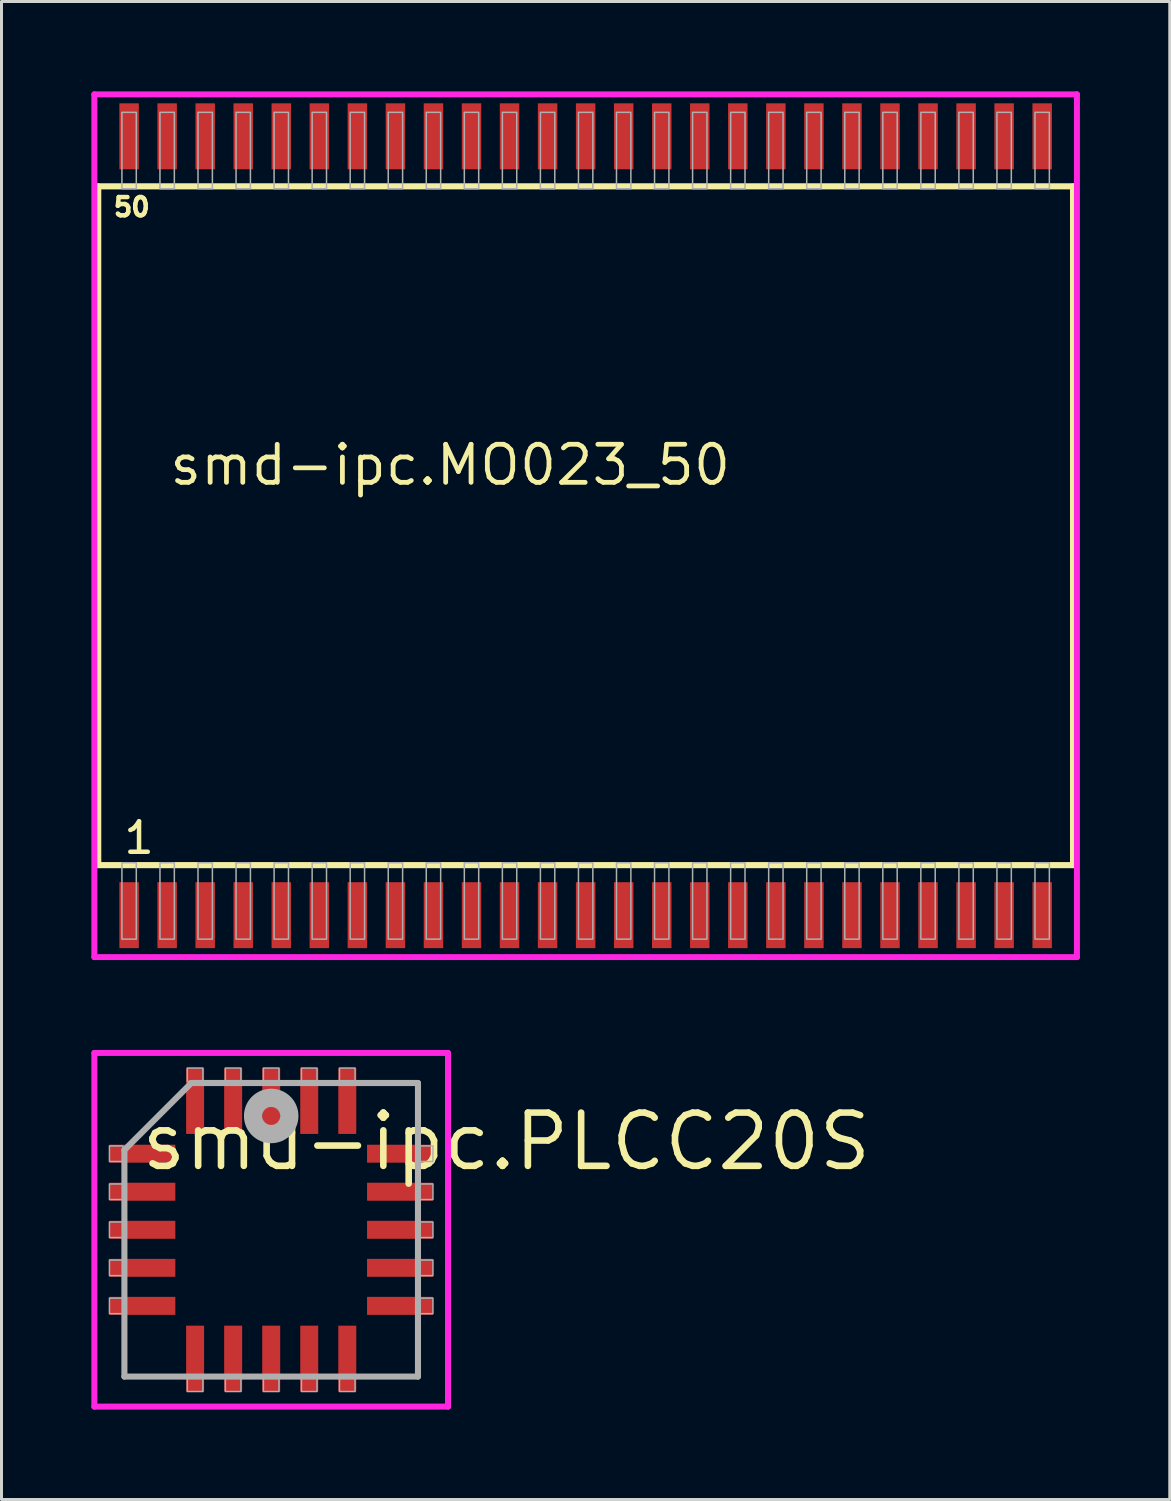
<source format=kicad_pcb>
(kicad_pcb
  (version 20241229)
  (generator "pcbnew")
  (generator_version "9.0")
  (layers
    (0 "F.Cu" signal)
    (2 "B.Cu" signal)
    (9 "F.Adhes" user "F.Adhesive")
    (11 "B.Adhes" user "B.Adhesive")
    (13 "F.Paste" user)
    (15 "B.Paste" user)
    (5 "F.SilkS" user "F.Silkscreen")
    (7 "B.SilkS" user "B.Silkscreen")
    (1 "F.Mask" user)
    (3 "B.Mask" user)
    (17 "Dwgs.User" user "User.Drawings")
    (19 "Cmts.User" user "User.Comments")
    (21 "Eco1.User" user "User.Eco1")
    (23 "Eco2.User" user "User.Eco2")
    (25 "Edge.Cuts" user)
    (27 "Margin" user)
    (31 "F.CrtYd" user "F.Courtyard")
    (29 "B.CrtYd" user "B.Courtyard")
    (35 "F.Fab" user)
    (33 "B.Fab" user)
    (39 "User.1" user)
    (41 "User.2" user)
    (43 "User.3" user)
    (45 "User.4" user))
  (footprint "smd-ipc.PLCC20S"
    (layer "F.Cu")
    (at 6.003 38.003)
    (property "Reference" "smd-ipc.PLCC20S" (at -4.445 -1.905 0) (layer "F.SilkS") (effects (font (size 1.778 1.778) (thickness 0.22)) (justify left bottom)))
    (attr smd)
    (fp_line (start -5.903 -5.903) (end 5.903 -5.903) (stroke (width 0.2) (type default)) (layer "F.CrtYd"))
    (fp_line (start -5.903 5.903) (end -5.903 -5.903) (stroke (width 0.2) (type default)) (layer "F.CrtYd"))
    (fp_line (start 5.903 -5.903) (end 5.903 5.903) (stroke (width 0.2) (type default)) (layer "F.CrtYd"))
    (fp_line (start 5.903 5.903) (end -5.903 5.903) (stroke (width 0.2) (type default)) (layer "F.CrtYd"))
    (fp_line (start -4.9 -2.665) (end -4.9 4.9) (stroke (width 0.203) (type default)) (layer "F.Fab"))
    (fp_line (start -4.9 4.9) (end 4.9 4.9) (stroke (width 0.203) (type default)) (layer "F.Fab"))
    (fp_line (start -2.665 -4.9) (end -4.9 -2.665) (stroke (width 0.203) (type default)) (layer "F.Fab"))
    (fp_line (start 4.9 -4.9) (end -2.665 -4.9) (stroke (width 0.203) (type default)) (layer "F.Fab"))
    (fp_line (start 4.9 4.9) (end 4.9 -4.9) (stroke (width 0.203) (type default)) (layer "F.Fab"))
    (fp_rect (start -5.4 -2.28) (end -4.95 -2.8) (stroke (width 0.05) (type default)) (fill no) (layer "F.Fab"))
    (fp_rect (start -5.4 -1.01) (end -4.95 -1.53) (stroke (width 0.05) (type default)) (fill no) (layer "F.Fab"))
    (fp_rect (start -5.4 0.26) (end -4.95 -0.26) (stroke (width 0.05) (type default)) (fill no) (layer "F.Fab"))
    (fp_rect (start -5.4 1.53) (end -4.95 1.01) (stroke (width 0.05) (type default)) (fill no) (layer "F.Fab"))
    (fp_rect (start -5.4 2.8) (end -4.95 2.28) (stroke (width 0.05) (type default)) (fill no) (layer "F.Fab"))
    (fp_rect (start -2.8 -4.95) (end -2.28 -5.4) (stroke (width 0.05) (type default)) (fill no) (layer "F.Fab"))
    (fp_rect (start -2.8 5.4) (end -2.28 4.95) (stroke (width 0.05) (type default)) (fill no) (layer "F.Fab"))
    (fp_rect (start -1.53 -4.95) (end -1.01 -5.4) (stroke (width 0.05) (type default)) (fill no) (layer "F.Fab"))
    (fp_rect (start -1.53 5.4) (end -1.01 4.95) (stroke (width 0.05) (type default)) (fill no) (layer "F.Fab"))
    (fp_rect (start -0.26 -4.95) (end 0.26 -5.4) (stroke (width 0.05) (type default)) (fill no) (layer "F.Fab"))
    (fp_rect (start -0.26 5.4) (end 0.26 4.95) (stroke (width 0.05) (type default)) (fill no) (layer "F.Fab"))
    (fp_rect (start 1.01 -4.95) (end 1.53 -5.4) (stroke (width 0.05) (type default)) (fill no) (layer "F.Fab"))
    (fp_rect (start 1.01 5.4) (end 1.53 4.95) (stroke (width 0.05) (type default)) (fill no) (layer "F.Fab"))
    (fp_rect (start 2.28 -4.95) (end 2.8 -5.4) (stroke (width 0.05) (type default)) (fill no) (layer "F.Fab"))
    (fp_rect (start 2.28 5.4) (end 2.8 4.95) (stroke (width 0.05) (type default)) (fill no) (layer "F.Fab"))
    (fp_rect (start 4.95 -2.28) (end 5.4 -2.8) (stroke (width 0.05) (type default)) (fill no) (layer "F.Fab"))
    (fp_rect (start 4.95 -1.01) (end 5.4 -1.53) (stroke (width 0.05) (type default)) (fill no) (layer "F.Fab"))
    (fp_rect (start 4.95 0.26) (end 5.4 -0.26) (stroke (width 0.05) (type default)) (fill no) (layer "F.Fab"))
    (fp_rect (start 4.95 1.53) (end 5.4 1.01) (stroke (width 0.05) (type default)) (fill no) (layer "F.Fab"))
    (fp_rect (start 4.95 2.8) (end 5.4 2.28) (stroke (width 0.05) (type default)) (fill no) (layer "F.Fab"))
    (fp_circle (center 0 -3.8) (end 0.3 -3.8) (stroke (width 0.61) (type default)) (fill no) (layer "F.Fab"))
    (pad "1" smd roundrect (at 0 -4.3) (size 0.6 2.2) (layers "F.Cu" "F.Mask" "F.Paste") (roundrect_rratio 0.01))
    (pad "2" smd roundrect (at -1.27 -4.3) (size 0.6 2.2) (layers "F.Cu" "F.Mask" "F.Paste") (roundrect_rratio 0.01))
    (pad "3" smd roundrect (at -2.54 -4.3) (size 0.6 2.2) (layers "F.Cu" "F.Mask" "F.Paste") (roundrect_rratio 0.01))
    (pad "4" smd roundrect (at -4.3 -2.54) (size 2.2 0.6) (layers "F.Cu" "F.Mask" "F.Paste") (roundrect_rratio 0.01))
    (pad "5" smd roundrect (at -4.3 -1.27) (size 2.2 0.6) (layers "F.Cu" "F.Mask" "F.Paste") (roundrect_rratio 0.01))
    (pad "6" smd roundrect (at -4.3 0) (size 2.2 0.6) (layers "F.Cu" "F.Mask" "F.Paste") (roundrect_rratio 0.01))
    (pad "7" smd roundrect (at -4.3 1.27) (size 2.2 0.6) (layers "F.Cu" "F.Mask" "F.Paste") (roundrect_rratio 0.01))
    (pad "8" smd roundrect (at -4.3 2.54) (size 2.2 0.6) (layers "F.Cu" "F.Mask" "F.Paste") (roundrect_rratio 0.01))
    (pad "9" smd roundrect (at -2.54 4.3) (size 0.6 2.2) (layers "F.Cu" "F.Mask" "F.Paste") (roundrect_rratio 0.01))
    (pad "10" smd roundrect (at -1.27 4.3) (size 0.6 2.2) (layers "F.Cu" "F.Mask" "F.Paste") (roundrect_rratio 0.01))
    (pad "11" smd roundrect (at 0 4.3) (size 0.6 2.2) (layers "F.Cu" "F.Mask" "F.Paste") (roundrect_rratio 0.01))
    (pad "12" smd roundrect (at 1.27 4.3) (size 0.6 2.2) (layers "F.Cu" "F.Mask" "F.Paste") (roundrect_rratio 0.01))
    (pad "13" smd roundrect (at 2.54 4.3) (size 0.6 2.2) (layers "F.Cu" "F.Mask" "F.Paste") (roundrect_rratio 0.01))
    (pad "14" smd roundrect (at 4.3 2.54) (size 2.2 0.6) (layers "F.Cu" "F.Mask" "F.Paste") (roundrect_rratio 0.01))
    (pad "15" smd roundrect (at 4.3 1.27) (size 2.2 0.6) (layers "F.Cu" "F.Mask" "F.Paste") (roundrect_rratio 0.01))
    (pad "16" smd roundrect (at 4.3 0) (size 2.2 0.6) (layers "F.Cu" "F.Mask" "F.Paste") (roundrect_rratio 0.01))
    (pad "17" smd roundrect (at 4.3 -1.27) (size 2.2 0.6) (layers "F.Cu" "F.Mask" "F.Paste") (roundrect_rratio 0.01))
    (pad "18" smd roundrect (at 4.3 -2.54) (size 2.2 0.6) (layers "F.Cu" "F.Mask" "F.Paste") (roundrect_rratio 0.01))
    (pad "19" smd roundrect (at 2.54 -4.3) (size 0.6 2.2) (layers "F.Cu" "F.Mask" "F.Paste") (roundrect_rratio 0.01))
    (pad "20" smd roundrect (at 1.27 -4.3) (size 0.6 2.2) (layers "F.Cu" "F.Mask" "F.Paste") (roundrect_rratio 0.01)))
  (footprint "smd-ipc.MO023_50"
    (layer "F.Cu")
    (at 16.5 14.5)
    (property "Reference" "smd-ipc.MO023_50" (at -13.97 -1.285 0) (layer "F.SilkS") (effects (font (size 1.27 1.27) (thickness 0.16)) (justify left bottom)))
    (attr smd)
    (fp_line (start -16.27 -11.33) (end 16.27 -11.33) (stroke (width 0.203) (type default)) (layer "F.SilkS"))
    (fp_line (start -16.27 11.33) (end -16.27 -11.33) (stroke (width 0.203) (type default)) (layer "F.SilkS"))
    (fp_line (start 16.27 -11.33) (end 16.27 11.33) (stroke (width 0.203) (type default)) (layer "F.SilkS"))
    (fp_line (start 16.27 11.33) (end -16.27 11.33) (stroke (width 0.203) (type default)) (layer "F.SilkS"))
    (fp_line (start -16.4 -14.4) (end 16.4 -14.4) (stroke (width 0.2) (type default)) (layer "F.CrtYd"))
    (fp_line (start -16.4 14.4) (end -16.4 -14.4) (stroke (width 0.2) (type default)) (layer "F.CrtYd"))
    (fp_line (start 16.4 -14.4) (end 16.4 14.4) (stroke (width 0.2) (type default)) (layer "F.CrtYd"))
    (fp_line (start 16.4 14.4) (end -16.4 14.4) (stroke (width 0.2) (type default)) (layer "F.CrtYd"))
    (fp_rect (start -15.48 -11.25) (end -15 -13.8) (stroke (width 0.05) (type default)) (fill no) (layer "F.Fab"))
    (fp_rect (start -15.48 13.8) (end -15 11.25) (stroke (width 0.05) (type default)) (fill no) (layer "F.Fab"))
    (fp_rect (start -14.21 -11.25) (end -13.73 -13.8) (stroke (width 0.05) (type default)) (fill no) (layer "F.Fab"))
    (fp_rect (start -14.21 13.8) (end -13.73 11.25) (stroke (width 0.05) (type default)) (fill no) (layer "F.Fab"))
    (fp_rect (start -12.94 -11.25) (end -12.46 -13.8) (stroke (width 0.05) (type default)) (fill no) (layer "F.Fab"))
    (fp_rect (start -12.94 13.8) (end -12.46 11.25) (stroke (width 0.05) (type default)) (fill no) (layer "F.Fab"))
    (fp_rect (start -11.67 -11.25) (end -11.19 -13.8) (stroke (width 0.05) (type default)) (fill no) (layer "F.Fab"))
    (fp_rect (start -11.67 13.8) (end -11.19 11.25) (stroke (width 0.05) (type default)) (fill no) (layer "F.Fab"))
    (fp_rect (start -10.4 -11.25) (end -9.92 -13.8) (stroke (width 0.05) (type default)) (fill no) (layer "F.Fab"))
    (fp_rect (start -10.4 13.8) (end -9.92 11.25) (stroke (width 0.05) (type default)) (fill no) (layer "F.Fab"))
    (fp_rect (start -9.13 -11.25) (end -8.65 -13.8) (stroke (width 0.05) (type default)) (fill no) (layer "F.Fab"))
    (fp_rect (start -9.13 13.8) (end -8.65 11.25) (stroke (width 0.05) (type default)) (fill no) (layer "F.Fab"))
    (fp_rect (start -7.86 -11.25) (end -7.38 -13.8) (stroke (width 0.05) (type default)) (fill no) (layer "F.Fab"))
    (fp_rect (start -7.86 13.8) (end -7.38 11.25) (stroke (width 0.05) (type default)) (fill no) (layer "F.Fab"))
    (fp_rect (start -6.59 -11.25) (end -6.11 -13.8) (stroke (width 0.05) (type default)) (fill no) (layer "F.Fab"))
    (fp_rect (start -6.59 13.8) (end -6.11 11.25) (stroke (width 0.05) (type default)) (fill no) (layer "F.Fab"))
    (fp_rect (start -5.32 -11.25) (end -4.84 -13.8) (stroke (width 0.05) (type default)) (fill no) (layer "F.Fab"))
    (fp_rect (start -5.32 13.8) (end -4.84 11.25) (stroke (width 0.05) (type default)) (fill no) (layer "F.Fab"))
    (fp_rect (start -4.05 -11.25) (end -3.57 -13.8) (stroke (width 0.05) (type default)) (fill no) (layer "F.Fab"))
    (fp_rect (start -4.05 13.8) (end -3.57 11.25) (stroke (width 0.05) (type default)) (fill no) (layer "F.Fab"))
    (fp_rect (start -2.78 -11.25) (end -2.3 -13.8) (stroke (width 0.05) (type default)) (fill no) (layer "F.Fab"))
    (fp_rect (start -2.78 13.8) (end -2.3 11.25) (stroke (width 0.05) (type default)) (fill no) (layer "F.Fab"))
    (fp_rect (start -1.51 -11.25) (end -1.03 -13.8) (stroke (width 0.05) (type default)) (fill no) (layer "F.Fab"))
    (fp_rect (start -1.51 13.8) (end -1.03 11.25) (stroke (width 0.05) (type default)) (fill no) (layer "F.Fab"))
    (fp_rect (start -0.24 -11.25) (end 0.24 -13.8) (stroke (width 0.05) (type default)) (fill no) (layer "F.Fab"))
    (fp_rect (start -0.24 13.8) (end 0.24 11.25) (stroke (width 0.05) (type default)) (fill no) (layer "F.Fab"))
    (fp_rect (start 1.03 -11.25) (end 1.51 -13.8) (stroke (width 0.05) (type default)) (fill no) (layer "F.Fab"))
    (fp_rect (start 1.03 13.8) (end 1.51 11.25) (stroke (width 0.05) (type default)) (fill no) (layer "F.Fab"))
    (fp_rect (start 2.3 -11.25) (end 2.78 -13.8) (stroke (width 0.05) (type default)) (fill no) (layer "F.Fab"))
    (fp_rect (start 2.3 13.8) (end 2.78 11.25) (stroke (width 0.05) (type default)) (fill no) (layer "F.Fab"))
    (fp_rect (start 3.57 -11.25) (end 4.05 -13.8) (stroke (width 0.05) (type default)) (fill no) (layer "F.Fab"))
    (fp_rect (start 3.57 13.8) (end 4.05 11.25) (stroke (width 0.05) (type default)) (fill no) (layer "F.Fab"))
    (fp_rect (start 4.84 -11.25) (end 5.32 -13.8) (stroke (width 0.05) (type default)) (fill no) (layer "F.Fab"))
    (fp_rect (start 4.84 13.8) (end 5.32 11.25) (stroke (width 0.05) (type default)) (fill no) (layer "F.Fab"))
    (fp_rect (start 6.11 -11.25) (end 6.59 -13.8) (stroke (width 0.05) (type default)) (fill no) (layer "F.Fab"))
    (fp_rect (start 6.11 13.8) (end 6.59 11.25) (stroke (width 0.05) (type default)) (fill no) (layer "F.Fab"))
    (fp_rect (start 7.38 -11.25) (end 7.86 -13.8) (stroke (width 0.05) (type default)) (fill no) (layer "F.Fab"))
    (fp_rect (start 7.38 13.8) (end 7.86 11.25) (stroke (width 0.05) (type default)) (fill no) (layer "F.Fab"))
    (fp_rect (start 8.65 -11.25) (end 9.13 -13.8) (stroke (width 0.05) (type default)) (fill no) (layer "F.Fab"))
    (fp_rect (start 8.65 13.8) (end 9.13 11.25) (stroke (width 0.05) (type default)) (fill no) (layer "F.Fab"))
    (fp_rect (start 9.92 -11.25) (end 10.4 -13.8) (stroke (width 0.05) (type default)) (fill no) (layer "F.Fab"))
    (fp_rect (start 9.92 13.8) (end 10.4 11.25) (stroke (width 0.05) (type default)) (fill no) (layer "F.Fab"))
    (fp_rect (start 11.19 -11.25) (end 11.67 -13.8) (stroke (width 0.05) (type default)) (fill no) (layer "F.Fab"))
    (fp_rect (start 11.19 13.8) (end 11.67 11.25) (stroke (width 0.05) (type default)) (fill no) (layer "F.Fab"))
    (fp_rect (start 12.46 -11.25) (end 12.94 -13.8) (stroke (width 0.05) (type default)) (fill no) (layer "F.Fab"))
    (fp_rect (start 12.46 13.8) (end 12.94 11.25) (stroke (width 0.05) (type default)) (fill no) (layer "F.Fab"))
    (fp_rect (start 13.73 -11.25) (end 14.21 -13.8) (stroke (width 0.05) (type default)) (fill no) (layer "F.Fab"))
    (fp_rect (start 13.73 13.8) (end 14.21 11.25) (stroke (width 0.05) (type default)) (fill no) (layer "F.Fab"))
    (fp_rect (start 15 -11.25) (end 15.48 -13.8) (stroke (width 0.05) (type default)) (fill no) (layer "F.Fab"))
    (fp_rect (start 15 13.8) (end 15.48 11.25) (stroke (width 0.05) (type default)) (fill no) (layer "F.Fab"))
    (fp_text user "1" (at -15.491 11.015 0) (layer "F.SilkS") (effects (font (size 1.016 1.016) (thickness 0.15)) (justify left bottom)))
    (fp_text user "50" (at -15.831 -10.28 0) (layer "F.SilkS") (effects (font (size 0.61 0.61) (thickness 0.15)) (justify left bottom)))
    (pad "1" smd roundrect (at -15.24 13) (size 0.65 2.2) (layers "F.Cu" "F.Mask" "F.Paste") (roundrect_rratio 0.01))
    (pad "2" smd roundrect (at -13.97 13) (size 0.65 2.2) (layers "F.Cu" "F.Mask" "F.Paste") (roundrect_rratio 0.01))
    (pad "3" smd roundrect (at -12.7 13) (size 0.65 2.2) (layers "F.Cu" "F.Mask" "F.Paste") (roundrect_rratio 0.01))
    (pad "4" smd roundrect (at -11.43 13) (size 0.65 2.2) (layers "F.Cu" "F.Mask" "F.Paste") (roundrect_rratio 0.01))
    (pad "5" smd roundrect (at -10.16 13) (size 0.65 2.2) (layers "F.Cu" "F.Mask" "F.Paste") (roundrect_rratio 0.01))
    (pad "6" smd roundrect (at -8.89 13) (size 0.65 2.2) (layers "F.Cu" "F.Mask" "F.Paste") (roundrect_rratio 0.01))
    (pad "7" smd roundrect (at -7.62 13) (size 0.65 2.2) (layers "F.Cu" "F.Mask" "F.Paste") (roundrect_rratio 0.01))
    (pad "8" smd roundrect (at -6.35 13) (size 0.65 2.2) (layers "F.Cu" "F.Mask" "F.Paste") (roundrect_rratio 0.01))
    (pad "9" smd roundrect (at -5.08 13) (size 0.65 2.2) (layers "F.Cu" "F.Mask" "F.Paste") (roundrect_rratio 0.01))
    (pad "10" smd roundrect (at -3.81 13) (size 0.65 2.2) (layers "F.Cu" "F.Mask" "F.Paste") (roundrect_rratio 0.01))
    (pad "11" smd roundrect (at -2.54 13) (size 0.65 2.2) (layers "F.Cu" "F.Mask" "F.Paste") (roundrect_rratio 0.01))
    (pad "12" smd roundrect (at -1.27 13) (size 0.65 2.2) (layers "F.Cu" "F.Mask" "F.Paste") (roundrect_rratio 0.01))
    (pad "13" smd roundrect (at 0 13) (size 0.65 2.2) (layers "F.Cu" "F.Mask" "F.Paste") (roundrect_rratio 0.01))
    (pad "14" smd roundrect (at 1.27 13) (size 0.65 2.2) (layers "F.Cu" "F.Mask" "F.Paste") (roundrect_rratio 0.01))
    (pad "15" smd roundrect (at 2.54 13) (size 0.65 2.2) (layers "F.Cu" "F.Mask" "F.Paste") (roundrect_rratio 0.01))
    (pad "16" smd roundrect (at 3.81 13) (size 0.65 2.2) (layers "F.Cu" "F.Mask" "F.Paste") (roundrect_rratio 0.01))
    (pad "17" smd roundrect (at 5.08 13) (size 0.65 2.2) (layers "F.Cu" "F.Mask" "F.Paste") (roundrect_rratio 0.01))
    (pad "18" smd roundrect (at 6.35 13) (size 0.65 2.2) (layers "F.Cu" "F.Mask" "F.Paste") (roundrect_rratio 0.01))
    (pad "19" smd roundrect (at 7.62 13) (size 0.65 2.2) (layers "F.Cu" "F.Mask" "F.Paste") (roundrect_rratio 0.01))
    (pad "20" smd roundrect (at 8.89 13) (size 0.65 2.2) (layers "F.Cu" "F.Mask" "F.Paste") (roundrect_rratio 0.01))
    (pad "21" smd roundrect (at 10.16 13) (size 0.65 2.2) (layers "F.Cu" "F.Mask" "F.Paste") (roundrect_rratio 0.01))
    (pad "22" smd roundrect (at 11.43 13) (size 0.65 2.2) (layers "F.Cu" "F.Mask" "F.Paste") (roundrect_rratio 0.01))
    (pad "23" smd roundrect (at 12.7 13) (size 0.65 2.2) (layers "F.Cu" "F.Mask" "F.Paste") (roundrect_rratio 0.01))
    (pad "24" smd roundrect (at 13.97 13) (size 0.65 2.2) (layers "F.Cu" "F.Mask" "F.Paste") (roundrect_rratio 0.01))
    (pad "25" smd roundrect (at 15.24 13) (size 0.65 2.2) (layers "F.Cu" "F.Mask" "F.Paste") (roundrect_rratio 0.01))
    (pad "26" smd roundrect (at 15.24 -13) (size 0.65 2.2) (layers "F.Cu" "F.Mask" "F.Paste") (roundrect_rratio 0.01))
    (pad "27" smd roundrect (at 13.97 -13) (size 0.65 2.2) (layers "F.Cu" "F.Mask" "F.Paste") (roundrect_rratio 0.01))
    (pad "28" smd roundrect (at 12.7 -13) (size 0.65 2.2) (layers "F.Cu" "F.Mask" "F.Paste") (roundrect_rratio 0.01))
    (pad "29" smd roundrect (at 11.43 -13) (size 0.65 2.2) (layers "F.Cu" "F.Mask" "F.Paste") (roundrect_rratio 0.01))
    (pad "30" smd roundrect (at 10.16 -13) (size 0.65 2.2) (layers "F.Cu" "F.Mask" "F.Paste") (roundrect_rratio 0.01))
    (pad "31" smd roundrect (at 8.89 -13) (size 0.65 2.2) (layers "F.Cu" "F.Mask" "F.Paste") (roundrect_rratio 0.01))
    (pad "32" smd roundrect (at 7.62 -13) (size 0.65 2.2) (layers "F.Cu" "F.Mask" "F.Paste") (roundrect_rratio 0.01))
    (pad "33" smd roundrect (at 6.35 -13) (size 0.65 2.2) (layers "F.Cu" "F.Mask" "F.Paste") (roundrect_rratio 0.01))
    (pad "34" smd roundrect (at 5.08 -13) (size 0.65 2.2) (layers "F.Cu" "F.Mask" "F.Paste") (roundrect_rratio 0.01))
    (pad "35" smd roundrect (at 3.81 -13) (size 0.65 2.2) (layers "F.Cu" "F.Mask" "F.Paste") (roundrect_rratio 0.01))
    (pad "36" smd roundrect (at 2.54 -13) (size 0.65 2.2) (layers "F.Cu" "F.Mask" "F.Paste") (roundrect_rratio 0.01))
    (pad "37" smd roundrect (at 1.27 -13) (size 0.65 2.2) (layers "F.Cu" "F.Mask" "F.Paste") (roundrect_rratio 0.01))
    (pad "38" smd roundrect (at 0 -13) (size 0.65 2.2) (layers "F.Cu" "F.Mask" "F.Paste") (roundrect_rratio 0.01))
    (pad "39" smd roundrect (at -1.27 -13) (size 0.65 2.2) (layers "F.Cu" "F.Mask" "F.Paste") (roundrect_rratio 0.01))
    (pad "40" smd roundrect (at -2.54 -13) (size 0.65 2.2) (layers "F.Cu" "F.Mask" "F.Paste") (roundrect_rratio 0.01))
    (pad "41" smd roundrect (at -3.81 -13) (size 0.65 2.2) (layers "F.Cu" "F.Mask" "F.Paste") (roundrect_rratio 0.01))
    (pad "42" smd roundrect (at -5.08 -13) (size 0.65 2.2) (layers "F.Cu" "F.Mask" "F.Paste") (roundrect_rratio 0.01))
    (pad "43" smd roundrect (at -6.35 -13) (size 0.65 2.2) (layers "F.Cu" "F.Mask" "F.Paste") (roundrect_rratio 0.01))
    (pad "44" smd roundrect (at -7.62 -13) (size 0.65 2.2) (layers "F.Cu" "F.Mask" "F.Paste") (roundrect_rratio 0.01))
    (pad "45" smd roundrect (at -8.89 -13) (size 0.65 2.2) (layers "F.Cu" "F.Mask" "F.Paste") (roundrect_rratio 0.01))
    (pad "46" smd roundrect (at -10.16 -13) (size 0.65 2.2) (layers "F.Cu" "F.Mask" "F.Paste") (roundrect_rratio 0.01))
    (pad "47" smd roundrect (at -11.43 -13) (size 0.65 2.2) (layers "F.Cu" "F.Mask" "F.Paste") (roundrect_rratio 0.01))
    (pad "48" smd roundrect (at -12.7 -13) (size 0.65 2.2) (layers "F.Cu" "F.Mask" "F.Paste") (roundrect_rratio 0.01))
    (pad "49" smd roundrect (at -13.97 -13) (size 0.65 2.2) (layers "F.Cu" "F.Mask" "F.Paste") (roundrect_rratio 0.01))
    (pad "50" smd roundrect (at -15.24 -13) (size 0.65 2.2) (layers "F.Cu" "F.Mask" "F.Paste") (roundrect_rratio 0.01)))
  (gr_rect
    (start -3 -3)
    (end 36 47.006)
    (stroke (width 0.1) (type default))
    (fill no)
    (layer "Edge.Cuts")))
</source>
